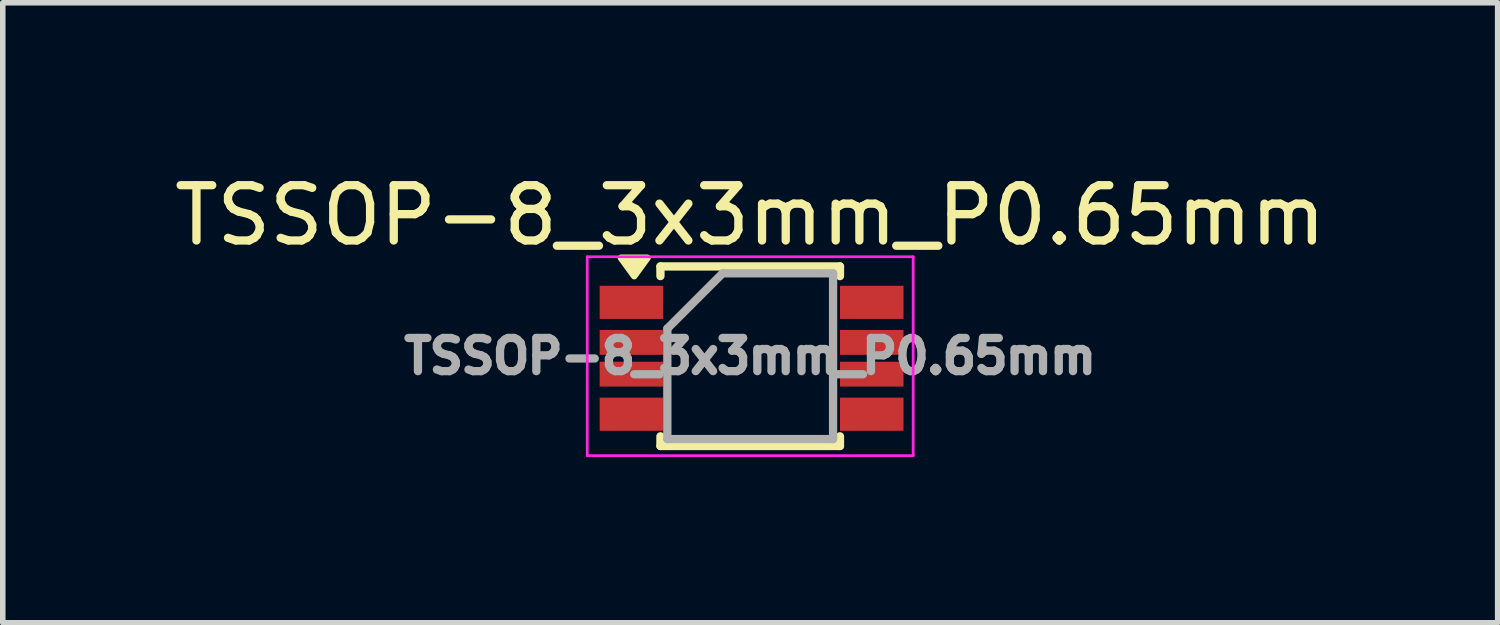
<source format=kicad_pcb>
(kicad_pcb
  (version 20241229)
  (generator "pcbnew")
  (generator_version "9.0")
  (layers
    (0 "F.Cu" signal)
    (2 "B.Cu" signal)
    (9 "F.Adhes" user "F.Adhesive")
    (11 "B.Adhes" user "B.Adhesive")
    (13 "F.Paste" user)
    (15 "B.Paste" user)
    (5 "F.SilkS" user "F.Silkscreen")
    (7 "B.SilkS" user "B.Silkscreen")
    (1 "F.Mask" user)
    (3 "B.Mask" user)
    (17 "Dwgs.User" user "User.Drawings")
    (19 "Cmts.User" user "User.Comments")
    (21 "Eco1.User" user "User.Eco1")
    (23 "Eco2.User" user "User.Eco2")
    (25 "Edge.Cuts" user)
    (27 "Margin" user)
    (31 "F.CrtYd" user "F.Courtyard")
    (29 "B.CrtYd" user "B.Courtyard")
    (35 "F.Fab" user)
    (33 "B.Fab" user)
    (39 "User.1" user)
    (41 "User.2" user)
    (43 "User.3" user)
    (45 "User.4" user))
  (footprint "TSSOP-8_3x3mm_P0.65mm"
    (layer "F.Cu")
    (at 10.53 3.398)
    (property "Reference" "TSSOP-8_3x3mm_P0.65mm" (at 0 -2.55 0) (layer "F.SilkS") (effects (font (size 1 1) (thickness 0.15))))
    (attr smd)
    (fp_line (start -1.625 -1.625) (end -1.625 -1.45) (stroke (width 0.15) (type solid)) (layer "F.SilkS"))
    (fp_line (start -1.625 -1.625) (end 1.625 -1.625) (stroke (width 0.15) (type solid)) (layer "F.SilkS"))
    (fp_line (start -1.625 1.45) (end -1.625 1.625) (stroke (width 0.15) (type solid)) (layer "F.SilkS"))
    (fp_line (start -1.625 1.625) (end 1.625 1.625) (stroke (width 0.15) (type solid)) (layer "F.SilkS"))
    (fp_line (start 1.625 -1.625) (end 1.625 -1.45) (stroke (width 0.15) (type solid)) (layer "F.SilkS"))
    (fp_line (start 1.625 1.45) (end 1.625 1.625) (stroke (width 0.15) (type solid)) (layer "F.SilkS"))
    (fp_poly (pts (xy -2.1 -1.45) (xy -2.34 -1.78) (xy -1.86 -1.78) (xy -2.1 -1.45)) (stroke (width 0.12) (type solid)) (fill yes) (layer "F.SilkS"))
    (fp_line (start -2.95 -1.8) (end -2.95 1.8) (stroke (width 0.05) (type solid)) (layer "F.CrtYd"))
    (fp_line (start -2.95 -1.8) (end 2.95 -1.8) (stroke (width 0.05) (type solid)) (layer "F.CrtYd"))
    (fp_line (start -2.95 1.8) (end 2.95 1.8) (stroke (width 0.05) (type solid)) (layer "F.CrtYd"))
    (fp_line (start 2.95 -1.8) (end 2.95 1.8) (stroke (width 0.05) (type solid)) (layer "F.CrtYd"))
    (fp_line (start -1.5 -0.5) (end -0.5 -1.5) (stroke (width 0.15) (type solid)) (layer "F.Fab"))
    (fp_line (start -1.5 1.5) (end -1.5 -0.5) (stroke (width 0.15) (type solid)) (layer "F.Fab"))
    (fp_line (start -0.5 -1.5) (end 1.5 -1.5) (stroke (width 0.15) (type solid)) (layer "F.Fab"))
    (fp_line (start 1.5 -1.5) (end 1.5 1.5) (stroke (width 0.15) (type solid)) (layer "F.Fab"))
    (fp_line (start 1.5 1.5) (end -1.5 1.5) (stroke (width 0.15) (type solid)) (layer "F.Fab"))
    (fp_text user "${REFERENCE}" (at 0 0 0) (layer "F.Fab") (effects (font (size 0.6 0.6) (thickness 0.15))))
    (pad "1" smd rect (at -2.15 -0.975) (size 1.15 0.6) (layers "F.Cu" "F.Mask" "F.Paste"))
    (pad "2" smd rect (at -2.15 -0.25) (size 1.15 0.45) (layers "F.Cu" "F.Mask" "F.Paste"))
    (pad "3" smd rect (at -2.15 0.325) (size 1.15 0.45) (layers "F.Cu" "F.Mask" "F.Paste"))
    (pad "4" smd rect (at -2.15 1.05) (size 1.15 0.6) (layers "F.Cu" "F.Mask" "F.Paste"))
    (pad "5" smd rect (at 2.2 1.05) (size 1.15 0.6) (layers "F.Cu" "F.Mask" "F.Paste"))
    (pad "6" smd rect (at 2.2 0.325) (size 1.15 0.45) (layers "F.Cu" "F.Mask" "F.Paste"))
    (pad "7" smd rect (at 2.2 -0.25) (size 1.15 0.45) (layers "F.Cu" "F.Mask" "F.Paste"))
    (pad "8" smd rect (at 2.2 -0.975) (size 1.15 0.6) (layers "F.Cu" "F.Mask" "F.Paste")))
  (gr_rect
    (start -3 -3)
    (end 24.06 8.223)
    (stroke (width 0.1) (type default))
    (fill no)
    (layer "Edge.Cuts")))
</source>
